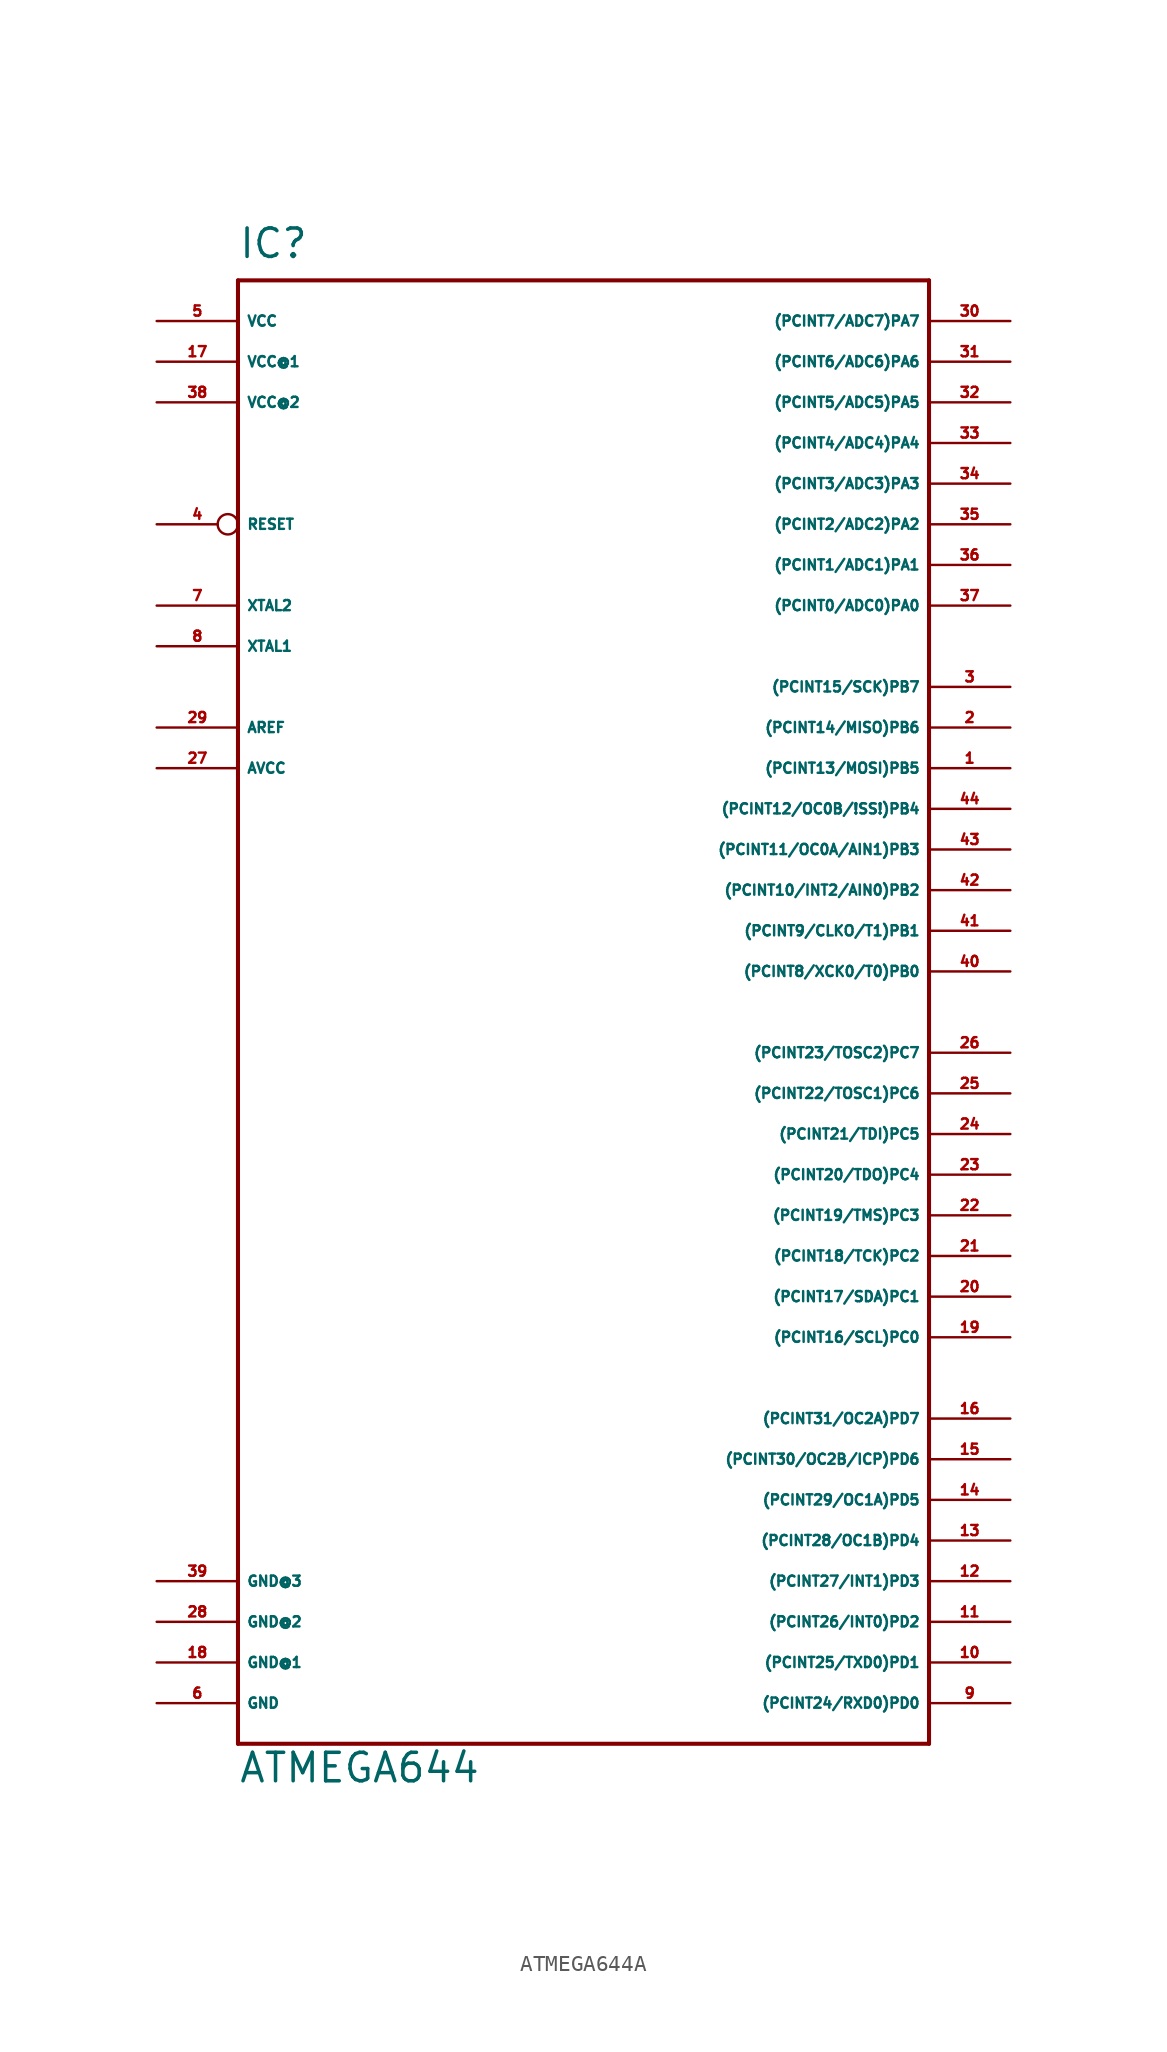
<source format=kicad_sym>
(kicad_symbol_lib
  (version 20220914)
  (generator Eagle2Kicad)
  (symbol "ATMEGA644A"
    (property "Reference" "IC"
      (at -22.86 46.99 0)
      (effects (font (size 1.778 1.778) (thickness 0.22)) (justify left bottom)))
    (property "Value" "ATMEGA644"
      (at -22.86 -48.26 0)
      (effects (font (size 1.778 1.778) (thickness 0.22)) (justify left bottom)))
    (polyline
      (pts (xy -22.86 45.72) (xy 20.32 45.72))
      (stroke (width 0.254) (type default))
      (fill (type none)))
    (polyline
      (pts (xy 20.32 45.72) (xy 20.32 -45.72))
      (stroke (width 0.254) (type default))
      (fill (type none)))
    (polyline
      (pts (xy 20.32 -45.72) (xy -22.86 -45.72))
      (stroke (width 0.254) (type default))
      (fill (type none)))
    (polyline
      (pts (xy -22.86 -45.72) (xy -22.86 45.72))
      (stroke (width 0.254) (type default))
      (fill (type none)))
    (pin bidirectional line
      (at 25.4 -25.4 180)
      (length 5.08)
      (name "(PCINT31/OC2A)PD7" (effects (font (size 0.635 0.635) (thickness 0.08)) (justify left bottom)))
      (number "16" (effects (font (size 0.635 0.635) (thickness 0.08)) (justify left bottom))))
    (pin bidirectional line
      (at 25.4 -27.94 180)
      (length 5.08)
      (name "(PCINT30/OC2B/ICP)PD6" (effects (font (size 0.635 0.635) (thickness 0.08)) (justify left bottom)))
      (number "15" (effects (font (size 0.635 0.635) (thickness 0.08)) (justify left bottom))))
    (pin bidirectional line
      (at 25.4 -30.48 180)
      (length 5.08)
      (name "(PCINT29/OC1A)PD5" (effects (font (size 0.635 0.635) (thickness 0.08)) (justify left bottom)))
      (number "14" (effects (font (size 0.635 0.635) (thickness 0.08)) (justify left bottom))))
    (pin bidirectional line
      (at 25.4 -33.02 180)
      (length 5.08)
      (name "(PCINT28/OC1B)PD4" (effects (font (size 0.635 0.635) (thickness 0.08)) (justify left bottom)))
      (number "13" (effects (font (size 0.635 0.635) (thickness 0.08)) (justify left bottom))))
    (pin bidirectional line
      (at 25.4 -35.56 180)
      (length 5.08)
      (name "(PCINT27/INT1)PD3" (effects (font (size 0.635 0.635) (thickness 0.08)) (justify left bottom)))
      (number "12" (effects (font (size 0.635 0.635) (thickness 0.08)) (justify left bottom))))
    (pin bidirectional line
      (at 25.4 -38.1 180)
      (length 5.08)
      (name "(PCINT26/INT0)PD2" (effects (font (size 0.635 0.635) (thickness 0.08)) (justify left bottom)))
      (number "11" (effects (font (size 0.635 0.635) (thickness 0.08)) (justify left bottom))))
    (pin bidirectional line
      (at 25.4 -40.64 180)
      (length 5.08)
      (name "(PCINT25/TXD0)PD1" (effects (font (size 0.635 0.635) (thickness 0.08)) (justify left bottom)))
      (number "10" (effects (font (size 0.635 0.635) (thickness 0.08)) (justify left bottom))))
    (pin bidirectional line
      (at 25.4 -43.18 180)
      (length 5.08)
      (name "(PCINT24/RXD0)PD0" (effects (font (size 0.635 0.635) (thickness 0.08)) (justify left bottom)))
      (number "9" (effects (font (size 0.635 0.635) (thickness 0.08)) (justify left bottom))))
    (pin output line
      (at 25.4 -2.54 180)
      (length 5.08)
      (name "(PCINT23/TOSC2)PC7" (effects (font (size 0.635 0.635) (thickness 0.08)) (justify left bottom)))
      (number "26" (effects (font (size 0.635 0.635) (thickness 0.08)) (justify left bottom))))
    (pin output line
      (at 25.4 -5.08 180)
      (length 5.08)
      (name "(PCINT22/TOSC1)PC6" (effects (font (size 0.635 0.635) (thickness 0.08)) (justify left bottom)))
      (number "25" (effects (font (size 0.635 0.635) (thickness 0.08)) (justify left bottom))))
    (pin output line
      (at 25.4 -7.62 180)
      (length 5.08)
      (name "(PCINT21/TDI)PC5" (effects (font (size 0.635 0.635) (thickness 0.08)) (justify left bottom)))
      (number "24" (effects (font (size 0.635 0.635) (thickness 0.08)) (justify left bottom))))
    (pin output line
      (at 25.4 -10.16 180)
      (length 5.08)
      (name "(PCINT20/TDO)PC4" (effects (font (size 0.635 0.635) (thickness 0.08)) (justify left bottom)))
      (number "23" (effects (font (size 0.635 0.635) (thickness 0.08)) (justify left bottom))))
    (pin output line
      (at 25.4 -12.7 180)
      (length 5.08)
      (name "(PCINT19/TMS)PC3" (effects (font (size 0.635 0.635) (thickness 0.08)) (justify left bottom)))
      (number "22" (effects (font (size 0.635 0.635) (thickness 0.08)) (justify left bottom))))
    (pin output line
      (at 25.4 -15.24 180)
      (length 5.08)
      (name "(PCINT18/TCK)PC2" (effects (font (size 0.635 0.635) (thickness 0.08)) (justify left bottom)))
      (number "21" (effects (font (size 0.635 0.635) (thickness 0.08)) (justify left bottom))))
    (pin output line
      (at 25.4 -17.78 180)
      (length 5.08)
      (name "(PCINT17/SDA)PC1" (effects (font (size 0.635 0.635) (thickness 0.08)) (justify left bottom)))
      (number "20" (effects (font (size 0.635 0.635) (thickness 0.08)) (justify left bottom))))
    (pin output line
      (at 25.4 -20.32 180)
      (length 5.08)
      (name "(PCINT16/SCL)PC0" (effects (font (size 0.635 0.635) (thickness 0.08)) (justify left bottom)))
      (number "19" (effects (font (size 0.635 0.635) (thickness 0.08)) (justify left bottom))))
    (pin bidirectional line
      (at 25.4 20.32 180)
      (length 5.08)
      (name "(PCINT15/SCK)PB7" (effects (font (size 0.635 0.635) (thickness 0.08)) (justify left bottom)))
      (number "3" (effects (font (size 0.635 0.635) (thickness 0.08)) (justify left bottom))))
    (pin bidirectional line
      (at 25.4 17.78 180)
      (length 5.08)
      (name "(PCINT14/MISO)PB6" (effects (font (size 0.635 0.635) (thickness 0.08)) (justify left bottom)))
      (number "2" (effects (font (size 0.635 0.635) (thickness 0.08)) (justify left bottom))))
    (pin bidirectional line
      (at 25.4 15.24 180)
      (length 5.08)
      (name "(PCINT13/MOSI)PB5" (effects (font (size 0.635 0.635) (thickness 0.08)) (justify left bottom)))
      (number "1" (effects (font (size 0.635 0.635) (thickness 0.08)) (justify left bottom))))
    (pin bidirectional line
      (at 25.4 12.7 180)
      (length 5.08)
      (name "(PCINT12/OC0B/!SS!)PB4" (effects (font (size 0.635 0.635) (thickness 0.08)) (justify left bottom)))
      (number "44" (effects (font (size 0.635 0.635) (thickness 0.08)) (justify left bottom))))
    (pin bidirectional line
      (at 25.4 10.16 180)
      (length 5.08)
      (name "(PCINT11/OC0A/AIN1)PB3" (effects (font (size 0.635 0.635) (thickness 0.08)) (justify left bottom)))
      (number "43" (effects (font (size 0.635 0.635) (thickness 0.08)) (justify left bottom))))
    (pin bidirectional line
      (at 25.4 7.62 180)
      (length 5.08)
      (name "(PCINT10/INT2/AIN0)PB2" (effects (font (size 0.635 0.635) (thickness 0.08)) (justify left bottom)))
      (number "42" (effects (font (size 0.635 0.635) (thickness 0.08)) (justify left bottom))))
    (pin bidirectional line
      (at 25.4 5.08 180)
      (length 5.08)
      (name "(PCINT9/CLKO/T1)PB1" (effects (font (size 0.635 0.635) (thickness 0.08)) (justify left bottom)))
      (number "41" (effects (font (size 0.635 0.635) (thickness 0.08)) (justify left bottom))))
    (pin bidirectional line
      (at 25.4 2.54 180)
      (length 5.08)
      (name "(PCINT8/XCK0/T0)PB0" (effects (font (size 0.635 0.635) (thickness 0.08)) (justify left bottom)))
      (number "40" (effects (font (size 0.635 0.635) (thickness 0.08)) (justify left bottom))))
    (pin bidirectional line
      (at 25.4 40.64 180)
      (length 5.08)
      (name "(PCINT6/ADC6)PA6" (effects (font (size 0.635 0.635) (thickness 0.08)) (justify left bottom)))
      (number "31" (effects (font (size 0.635 0.635) (thickness 0.08)) (justify left bottom))))
    (pin bidirectional line
      (at 25.4 43.18 180)
      (length 5.08)
      (name "(PCINT7/ADC7)PA7" (effects (font (size 0.635 0.635) (thickness 0.08)) (justify left bottom)))
      (number "30" (effects (font (size 0.635 0.635) (thickness 0.08)) (justify left bottom))))
    (pin bidirectional line
      (at 25.4 38.1 180)
      (length 5.08)
      (name "(PCINT5/ADC5)PA5" (effects (font (size 0.635 0.635) (thickness 0.08)) (justify left bottom)))
      (number "32" (effects (font (size 0.635 0.635) (thickness 0.08)) (justify left bottom))))
    (pin bidirectional line
      (at 25.4 35.56 180)
      (length 5.08)
      (name "(PCINT4/ADC4)PA4" (effects (font (size 0.635 0.635) (thickness 0.08)) (justify left bottom)))
      (number "33" (effects (font (size 0.635 0.635) (thickness 0.08)) (justify left bottom))))
    (pin bidirectional line
      (at 25.4 33.02 180)
      (length 5.08)
      (name "(PCINT3/ADC3)PA3" (effects (font (size 0.635 0.635) (thickness 0.08)) (justify left bottom)))
      (number "34" (effects (font (size 0.635 0.635) (thickness 0.08)) (justify left bottom))))
    (pin bidirectional line
      (at 25.4 30.48 180)
      (length 5.08)
      (name "(PCINT2/ADC2)PA2" (effects (font (size 0.635 0.635) (thickness 0.08)) (justify left bottom)))
      (number "35" (effects (font (size 0.635 0.635) (thickness 0.08)) (justify left bottom))))
    (pin bidirectional line
      (at 25.4 27.94 180)
      (length 5.08)
      (name "(PCINT1/ADC1)PA1" (effects (font (size 0.635 0.635) (thickness 0.08)) (justify left bottom)))
      (number "36" (effects (font (size 0.635 0.635) (thickness 0.08)) (justify left bottom))))
    (pin bidirectional line
      (at 25.4 25.4 180)
      (length 5.08)
      (name "(PCINT0/ADC0)PA0" (effects (font (size 0.635 0.635) (thickness 0.08)) (justify left bottom)))
      (number "37" (effects (font (size 0.635 0.635) (thickness 0.08)) (justify left bottom))))
    (pin unspecified line
      (at -27.94 15.24 0)
      (length 5.08)
      (name "AVCC" (effects (font (size 0.635 0.635) (thickness 0.08)) (justify left bottom)))
      (number "27" (effects (font (size 0.635 0.635) (thickness 0.08)) (justify left bottom))))
    (pin passive line
      (at -27.94 17.78 0)
      (length 5.08)
      (name "AREF" (effects (font (size 0.635 0.635) (thickness 0.08)) (justify left bottom)))
      (number "29" (effects (font (size 0.635 0.635) (thickness 0.08)) (justify left bottom))))
    (pin bidirectional line
      (at -27.94 22.86 0)
      (length 5.08)
      (name "XTAL1" (effects (font (size 0.635 0.635) (thickness 0.08)) (justify left bottom)))
      (number "8" (effects (font (size 0.635 0.635) (thickness 0.08)) (justify left bottom))))
    (pin bidirectional line
      (at -27.94 25.4 0)
      (length 5.08)
      (name "XTAL2" (effects (font (size 0.635 0.635) (thickness 0.08)) (justify left bottom)))
      (number "7" (effects (font (size 0.635 0.635) (thickness 0.08)) (justify left bottom))))
    (pin unspecified line
      (at -27.94 40.64 0)
      (length 5.08)
      (name "VCC@1" (effects (font (size 0.635 0.635) (thickness 0.08)) (justify left bottom)))
      (number "17" (effects (font (size 0.635 0.635) (thickness 0.08)) (justify left bottom))))
    (pin unspecified line
      (at -27.94 43.18 0)
      (length 5.08)
      (name "VCC" (effects (font (size 0.635 0.635) (thickness 0.08)) (justify left bottom)))
      (number "5" (effects (font (size 0.635 0.635) (thickness 0.08)) (justify left bottom))))
    (pin unspecified line
      (at -27.94 -40.64 0)
      (length 5.08)
      (name "GND@1" (effects (font (size 0.635 0.635) (thickness 0.08)) (justify left bottom)))
      (number "18" (effects (font (size 0.635 0.635) (thickness 0.08)) (justify left bottom))))
    (pin unspecified line
      (at -27.94 -43.18 0)
      (length 5.08)
      (name "GND" (effects (font (size 0.635 0.635) (thickness 0.08)) (justify left bottom)))
      (number "6" (effects (font (size 0.635 0.635) (thickness 0.08)) (justify left bottom))))
    (pin input inverted
      (at -27.94 30.48 0)
      (length 5.08)
      (name "RESET" (effects (font (size 0.635 0.635) (thickness 0.08)) (justify left bottom)))
      (number "4" (effects (font (size 0.635 0.635) (thickness 0.08)) (justify left bottom))))
    (pin unspecified line
      (at -27.94 -38.1 0)
      (length 5.08)
      (name "GND@2" (effects (font (size 0.635 0.635) (thickness 0.08)) (justify left bottom)))
      (number "28" (effects (font (size 0.635 0.635) (thickness 0.08)) (justify left bottom))))
    (pin unspecified line
      (at -27.94 -35.56 0)
      (length 5.08)
      (name "GND@3" (effects (font (size 0.635 0.635) (thickness 0.08)) (justify left bottom)))
      (number "39" (effects (font (size 0.635 0.635) (thickness 0.08)) (justify left bottom))))
    (pin unspecified line
      (at -27.94 38.1 0)
      (length 5.08)
      (name "VCC@2" (effects (font (size 0.635 0.635) (thickness 0.08)) (justify left bottom)))
      (number "38" (effects (font (size 0.635 0.635) (thickness 0.08)) (justify left bottom))))))
</source>
